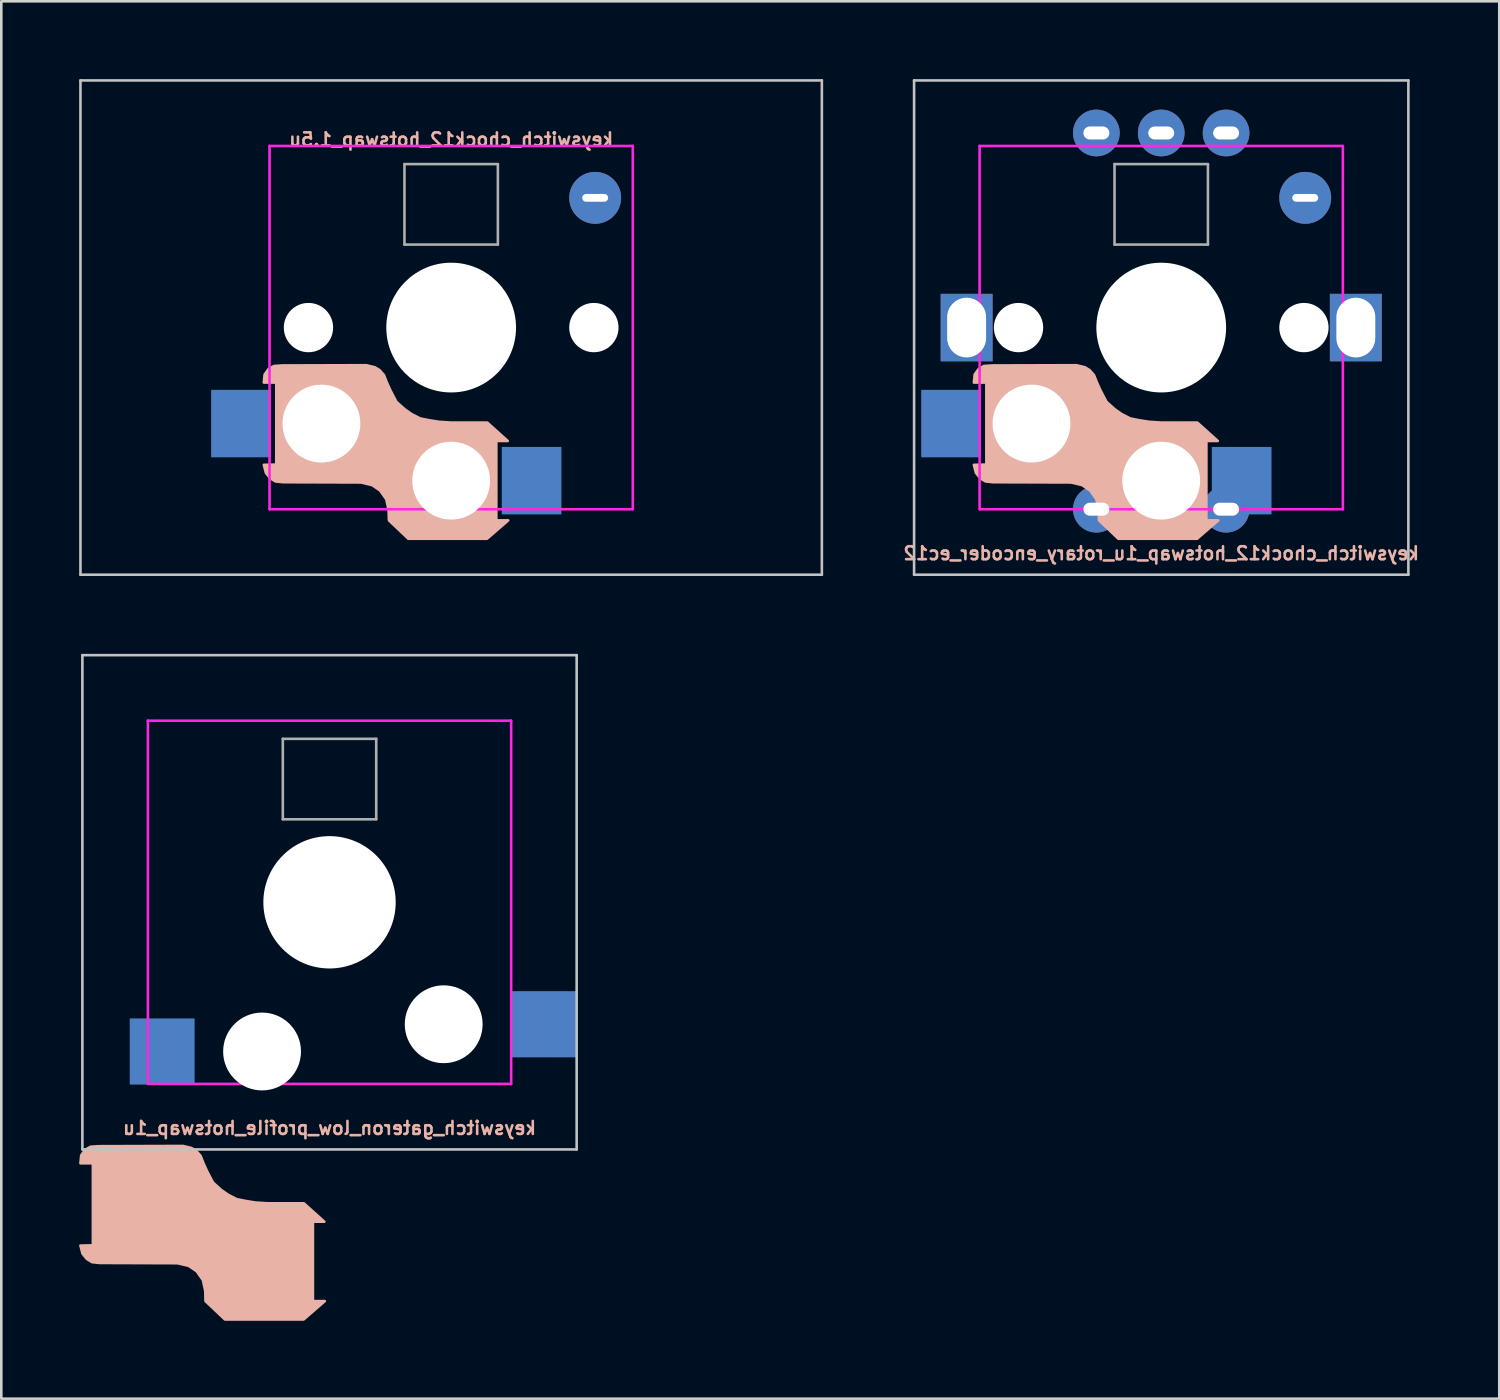
<source format=kicad_pcb>
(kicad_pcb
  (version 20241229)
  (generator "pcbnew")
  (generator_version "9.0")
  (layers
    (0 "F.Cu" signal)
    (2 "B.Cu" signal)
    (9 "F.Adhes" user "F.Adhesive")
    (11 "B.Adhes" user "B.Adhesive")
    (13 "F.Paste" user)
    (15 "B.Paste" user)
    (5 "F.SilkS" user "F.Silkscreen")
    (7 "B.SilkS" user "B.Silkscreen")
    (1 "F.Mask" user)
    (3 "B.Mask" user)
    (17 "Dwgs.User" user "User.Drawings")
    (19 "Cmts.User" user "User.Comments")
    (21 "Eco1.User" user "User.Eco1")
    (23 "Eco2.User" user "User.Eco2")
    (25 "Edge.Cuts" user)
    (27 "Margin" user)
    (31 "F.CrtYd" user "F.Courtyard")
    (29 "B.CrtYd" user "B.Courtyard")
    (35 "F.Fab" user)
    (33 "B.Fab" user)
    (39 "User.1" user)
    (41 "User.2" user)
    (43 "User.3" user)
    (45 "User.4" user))
  (footprint "keyswitch_chock12_hotswap_1.5u"
    (layer "F.Cu")
    (at 14.338 9.575)
    (property "Reference" "keyswitch_chock12_hotswap_1.5u" (at 0 -7.25 0) (layer "B.SilkS") (effects (font (size 0.5 0.5) (thickness 0.1) (bold yes)) (justify mirror)))
    (attr smd)
    (fp_poly (pts (xy -1.8 3.14) (xy -2.11 2.86) (xy -2.34 2.42) (xy -2.48 2.11) (xy -2.59 1.83) (xy -2.76 1.64) (xy -2.94 1.53) (xy -3.27 1.45) (xy -6.52 1.46) (xy -6.83 1.48) (xy -7.04 1.6) (xy -7.19 1.81) (xy -7.22 2.12) (xy -6.74 2.12) (xy -6.74 5.28) (xy -7.22 5.29) (xy -7.14 5.6) (xy -6.98 5.8) (xy -6.77 5.93) (xy -6.48 5.96) (xy -3.48 5.97) (xy -3.05 6.07) (xy -2.74 6.28) (xy -2.5 6.62) (xy -2.41 7.04) (xy -2.4 7.43) (xy -1.65 8.14) (xy 1.38 8.14) (xy 2.2 7.43) (xy 1.74 7.43) (xy 1.74 4.37) (xy 2.18 4.37) (xy 1.39 3.66) (xy -0.02 3.66) (xy -0.48 3.63) (xy -0.85 3.57) (xy -1.2 3.5) (xy -1.53 3.33)) (stroke (width 0.1) (type solid)) (fill yes) (layer "B.SilkS"))
    (fp_line (start -14.287 -9.525) (end 14.287 -9.525) (stroke (width 0.1) (type solid)) (layer "Dwgs.User"))
    (fp_line (start -14.287 9.525) (end -14.287 -9.525) (stroke (width 0.1) (type solid)) (layer "Dwgs.User"))
    (fp_line (start 14.287 -9.525) (end 14.287 9.525) (stroke (width 0.1) (type solid)) (layer "Dwgs.User"))
    (fp_line (start 14.287 9.525) (end -14.287 9.525) (stroke (width 0.1) (type solid)) (layer "Dwgs.User"))
    (fp_line (start -7 -7) (end 7 -7) (stroke (width 0.1) (type solid)) (layer "F.CrtYd"))
    (fp_line (start -7 7) (end -7 -7) (stroke (width 0.1) (type solid)) (layer "F.CrtYd"))
    (fp_line (start 7 -7) (end 7 7) (stroke (width 0.1) (type solid)) (layer "F.CrtYd"))
    (fp_line (start 7 7) (end -7 7) (stroke (width 0.1) (type solid)) (layer "F.CrtYd"))
    (fp_line (start -1.8 -3.2) (end -1.8 -6.3) (stroke (width 0.1) (type default)) (layer "F.Fab"))
    (fp_line (start 1.8 -6.3) (end -1.8 -6.3) (stroke (width 0.1) (type default)) (layer "F.Fab"))
    (fp_line (start 1.8 -3.2) (end -1.8 -3.2) (stroke (width 0.1) (type default)) (layer "F.Fab"))
    (fp_line (start 1.8 -3.2) (end 1.8 -6.3) (stroke (width 0.1) (type default)) (layer "F.Fab"))
    (pad "" np_thru_hole circle (at -5.5 0 90) (size 1.9 1.9) (drill 1.9) (layers "*.Cu" "*.Mask"))
    (pad "" np_thru_hole circle (at -5 3.7 90) (size 3 3) (drill 3) (layers "*.Cu" "*.Mask"))
    (pad "" np_thru_hole circle (at 0 0 90) (size 5 5) (drill 5) (layers "*.Cu" "*.Mask"))
    (pad "" np_thru_hole circle (at 0 5.9 90) (size 3 3) (drill 3) (layers "*.Cu" "*.Mask"))
    (pad "" np_thru_hole circle (at 5.5 0 90) (size 1.9 1.9) (drill 1.9) (layers "*.Cu" "*.Mask"))
    (pad "" thru_hole oval (at 5.55 -5 180) (size 2 2) (drill oval 1 0.3) (layers "*.Cu" "B.Mask"))
    (pad "1" smd rect (at -8.1 3.7 180) (size 2.3 2.6) (layers "B.Cu" "B.Mask" "B.Paste"))
    (pad "2" smd rect (at 3.1 5.9 180) (size 2.3 2.6) (layers "B.Cu" "B.Mask" "B.Paste")))
  (footprint "keyswitch_gateron_low_profile_hotswap_1u"
    (layer "F.Cu")
    (at 9.65 31.725)
    (property "Reference" "keyswitch_gateron_low_profile_hotswap_1u" (at 0 8.7 0) (layer "B.SilkS") (effects (font (size 0.5 0.5) (thickness 0.1) (bold yes)) (justify mirror)))
    (attr smd)
    (fp_poly (pts (xy -4.18 11.08) (xy -4.49 10.8) (xy -4.72 10.36) (xy -4.86 10.05) (xy -4.97 9.77) (xy -5.14 9.58) (xy -5.32 9.47) (xy -5.65 9.39) (xy -8.9 9.4) (xy -9.21 9.42) (xy -9.42 9.54) (xy -9.57 9.75) (xy -9.6 10.06) (xy -9.12 10.06) (xy -9.12 13.22) (xy -9.6 13.23) (xy -9.52 13.54) (xy -9.36 13.74) (xy -9.15 13.87) (xy -8.86 13.9) (xy -5.86 13.91) (xy -5.43 14.01) (xy -5.12 14.22) (xy -4.88 14.56) (xy -4.79 14.98) (xy -4.78 15.37) (xy -4.03 16.08) (xy -1 16.08) (xy -0.18 15.37) (xy -0.64 15.37) (xy -0.64 12.31) (xy -0.2 12.31) (xy -0.99 11.6) (xy -2.4 11.6) (xy -2.86 11.57) (xy -3.23 11.51) (xy -3.58 11.44) (xy -3.91 11.27)) (stroke (width 0.1) (type solid)) (fill yes) (layer "B.SilkS"))
    (fp_line (start -9.525 -9.525) (end 9.525 -9.525) (stroke (width 0.1) (type solid)) (layer "Dwgs.User"))
    (fp_line (start -9.525 9.525) (end -9.525 -9.525) (stroke (width 0.1) (type solid)) (layer "Dwgs.User"))
    (fp_line (start 9.525 -9.525) (end 9.525 9.525) (stroke (width 0.1) (type solid)) (layer "Dwgs.User"))
    (fp_line (start 9.525 9.525) (end -9.525 9.525) (stroke (width 0.1) (type solid)) (layer "Dwgs.User"))
    (fp_line (start -7 -7) (end 7 -7) (stroke (width 0.1) (type solid)) (layer "F.CrtYd"))
    (fp_line (start -7 7) (end -7 -7) (stroke (width 0.1) (type solid)) (layer "F.CrtYd"))
    (fp_line (start 7 -7) (end 7 7) (stroke (width 0.1) (type solid)) (layer "F.CrtYd"))
    (fp_line (start 7 7) (end -7 7) (stroke (width 0.1) (type solid)) (layer "F.CrtYd"))
    (fp_line (start -1.8 -3.2) (end -1.8 -6.3) (stroke (width 0.1) (type default)) (layer "F.Fab"))
    (fp_line (start 1.8 -6.3) (end -1.8 -6.3) (stroke (width 0.1) (type default)) (layer "F.Fab"))
    (fp_line (start 1.8 -3.2) (end -1.8 -3.2) (stroke (width 0.1) (type default)) (layer "F.Fab"))
    (fp_line (start 1.8 -3.2) (end 1.8 -6.3) (stroke (width 0.1) (type default)) (layer "F.Fab"))
    (pad "" np_thru_hole circle (at -2.6 5.75 90) (size 3 3) (drill 3) (layers "*.Cu" "*.Mask"))
    (pad "" np_thru_hole circle (at 0 0 90) (size 5.1 5.1) (drill 5.1) (layers "*.Cu" "*.Mask"))
    (pad "" np_thru_hole circle (at 4.4 4.7 90) (size 3 3) (drill 3) (layers "*.Cu" "*.Mask"))
    (pad "1" smd rect (at -6.45 5.75 180) (size 2.5 2.55) (layers "B.Cu" "B.Mask" "B.Paste"))
    (pad "2" smd rect (at 8.25 4.7 180) (size 2.5 2.55) (layers "B.Cu" "B.Mask" "B.Paste")))
  (footprint "keyswitch_chock12_hotswap_1u_rotary_encoder_ec12"
    (layer "F.Cu")
    (at 41.704 9.575)
    (property "Reference" "keyswitch_chock12_hotswap_1u_rotary_encoder_ec12" (at 0 8.7 0) (layer "B.SilkS") (effects (font (size 0.5 0.5) (thickness 0.1) (bold yes)) (justify mirror)))
    (attr smd)
    (fp_poly (pts (xy -1.8 3.14) (xy -2.11 2.86) (xy -2.34 2.42) (xy -2.48 2.11) (xy -2.59 1.83) (xy -2.76 1.64) (xy -2.94 1.53) (xy -3.27 1.45) (xy -6.52 1.46) (xy -6.83 1.48) (xy -7.04 1.6) (xy -7.19 1.81) (xy -7.22 2.12) (xy -6.74 2.12) (xy -6.74 5.28) (xy -7.22 5.29) (xy -7.14 5.6) (xy -6.98 5.8) (xy -6.77 5.93) (xy -6.48 5.96) (xy -3.48 5.97) (xy -3.05 6.07) (xy -2.74 6.28) (xy -2.5 6.62) (xy -2.41 7.04) (xy -2.4 7.43) (xy -1.65 8.14) (xy 1.38 8.14) (xy 2.2 7.43) (xy 1.74 7.43) (xy 1.74 4.37) (xy 2.18 4.37) (xy 1.39 3.66) (xy -0.02 3.66) (xy -0.48 3.63) (xy -0.85 3.57) (xy -1.2 3.5) (xy -1.53 3.33)) (stroke (width 0.1) (type solid)) (fill yes) (layer "B.SilkS"))
    (fp_line (start -9.525 -9.525) (end 9.525 -9.525) (stroke (width 0.1) (type solid)) (layer "Dwgs.User"))
    (fp_line (start -9.525 9.525) (end -9.525 -9.525) (stroke (width 0.1) (type solid)) (layer "Dwgs.User"))
    (fp_line (start 9.525 -9.525) (end 9.525 9.525) (stroke (width 0.1) (type solid)) (layer "Dwgs.User"))
    (fp_line (start 9.525 9.525) (end -9.525 9.525) (stroke (width 0.1) (type solid)) (layer "Dwgs.User"))
    (fp_line (start -7 -7) (end 7 -7) (stroke (width 0.1) (type solid)) (layer "F.CrtYd"))
    (fp_line (start -7 7) (end -7 -7) (stroke (width 0.1) (type solid)) (layer "F.CrtYd"))
    (fp_line (start 7 -7) (end 7 7) (stroke (width 0.1) (type solid)) (layer "F.CrtYd"))
    (fp_line (start 7 7) (end -7 7) (stroke (width 0.1) (type solid)) (layer "F.CrtYd"))
    (fp_line (start -1.8 -3.2) (end -1.8 -6.3) (stroke (width 0.1) (type default)) (layer "F.Fab"))
    (fp_line (start 1.8 -6.3) (end -1.8 -6.3) (stroke (width 0.1) (type default)) (layer "F.Fab"))
    (fp_line (start 1.8 -3.2) (end -1.8 -3.2) (stroke (width 0.1) (type default)) (layer "F.Fab"))
    (fp_line (start 1.8 -3.2) (end 1.8 -6.3) (stroke (width 0.1) (type default)) (layer "F.Fab"))
    (pad "" np_thru_hole circle (at -5.5 0 90) (size 1.9 1.9) (drill 1.9) (layers "*.Cu" "*.Mask"))
    (pad "" np_thru_hole circle (at -5 3.7 90) (size 3 3) (drill 3) (layers "*.Cu" "*.Mask"))
    (pad "" np_thru_hole circle (at 0 0 90) (size 5 5) (drill 5) (layers "*.Cu" "*.Mask"))
    (pad "" np_thru_hole circle (at 0 5.9 90) (size 3 3) (drill 3) (layers "*.Cu" "*.Mask"))
    (pad "" np_thru_hole circle (at 5.5 0 90) (size 1.9 1.9) (drill 1.9) (layers "*.Cu" "*.Mask"))
    (pad "" thru_hole oval (at 5.55 -5 180) (size 2 2) (drill oval 1 0.3) (layers "*.Cu" "B.Mask"))
    (pad "A" thru_hole circle (at 2.5 -7.5 180) (size 1.8 1.8) (drill oval 1 0.5) (layers "*.Cu" "B.Mask"))
    (pad "B" thru_hole circle (at -2.5 -7.5 180) (size 1.8 1.8) (drill oval 1 0.5) (layers "*.Cu" "B.Mask"))
    (pad "C" thru_hole circle (at 0 -7.5 180) (size 1.8 1.8) (drill oval 1 0.5) (layers "*.Cu" "B.Mask"))
    (pad "MP" thru_hole rect (at -7.5 0 270) (size 2.6 2) (drill oval 2.3 1.5) (layers "*.Cu" "*.Mask"))
    (pad "MP" thru_hole rect (at 7.5 0 270) (size 2.6 2) (drill oval 2.3 1.5) (layers "*.Cu" "*.Mask"))
    (pad "S1" smd rect (at -8.1 3.7 180) (size 2.3 2.6) (layers "B.Cu" "B.Mask" "B.Paste"))
    (pad "S1" thru_hole circle (at -2.5 7 180) (size 1.8 1.8) (drill oval 1 0.5) (layers "*.Cu" "B.Mask"))
    (pad "S2" thru_hole circle (at 2.5 7 180) (size 1.8 1.8) (drill oval 1 0.5) (layers "*.Cu" "B.Mask"))
    (pad "S2" smd rect (at 3.1 5.9 180) (size 2.3 2.6) (layers "B.Cu" "B.Mask" "B.Paste")))
  (gr_rect
    (start -3 -3)
    (end 54.732 50.855)
    (stroke (width 0.1) (type default))
    (fill no)
    (layer "Edge.Cuts")))
</source>
